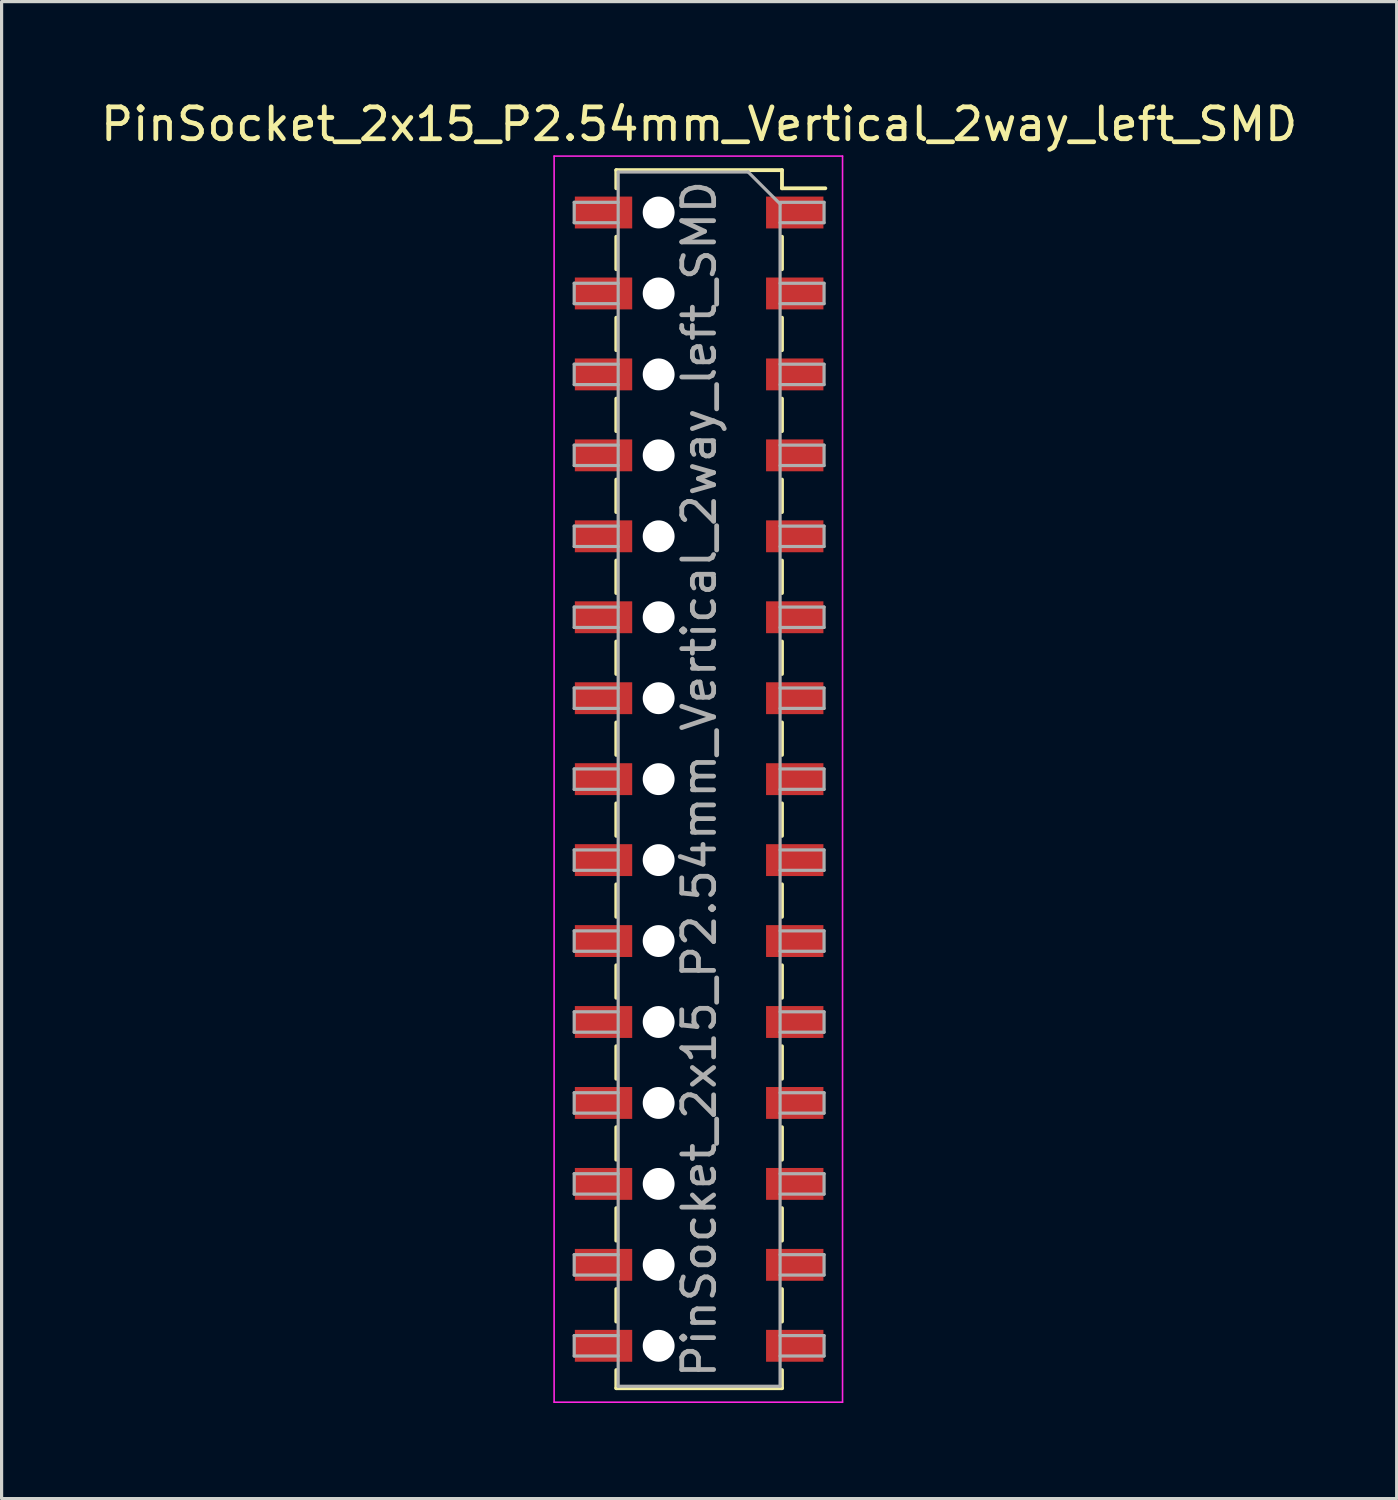
<source format=kicad_pcb>
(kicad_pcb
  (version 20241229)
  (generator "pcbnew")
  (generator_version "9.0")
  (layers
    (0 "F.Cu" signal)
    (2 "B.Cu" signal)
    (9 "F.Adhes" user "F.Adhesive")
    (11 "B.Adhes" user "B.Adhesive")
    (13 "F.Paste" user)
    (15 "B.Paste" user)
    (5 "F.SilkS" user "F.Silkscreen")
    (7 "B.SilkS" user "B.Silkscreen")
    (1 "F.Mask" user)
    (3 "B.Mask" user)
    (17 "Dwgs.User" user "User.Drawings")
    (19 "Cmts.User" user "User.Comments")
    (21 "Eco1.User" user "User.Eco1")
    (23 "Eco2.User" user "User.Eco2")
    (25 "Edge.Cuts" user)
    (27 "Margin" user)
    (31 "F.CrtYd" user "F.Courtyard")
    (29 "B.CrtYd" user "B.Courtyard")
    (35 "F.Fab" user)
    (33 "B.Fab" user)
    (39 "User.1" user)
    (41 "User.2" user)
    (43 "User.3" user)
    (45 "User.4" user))
  (footprint "PinSocket_2x15_P2.54mm_Vertical_2way_left_SMD"
    (layer "F.Cu")
    (at 18.887 21.398)
    (property "Reference" "PinSocket_2x15_P2.54mm_Vertical_2way_left_SMD" (at 0 -20.55 0) (layer "F.SilkS") (effects (font (size 1 1) (thickness 0.15))))
    (attr smd)
    (fp_line (start -2.6 -19.11) (end -2.6 -18.54) (stroke (width 0.12) (type solid)) (layer "F.SilkS"))
    (fp_line (start -2.6 -19.11) (end 2.6 -19.11) (stroke (width 0.12) (type solid)) (layer "F.SilkS"))
    (fp_line (start -2.6 -17.02) (end -2.6 -16) (stroke (width 0.12) (type solid)) (layer "F.SilkS"))
    (fp_line (start -2.6 -14.48) (end -2.6 -13.46) (stroke (width 0.12) (type solid)) (layer "F.SilkS"))
    (fp_line (start -2.6 -11.94) (end -2.6 -10.92) (stroke (width 0.12) (type solid)) (layer "F.SilkS"))
    (fp_line (start -2.6 -9.4) (end -2.6 -8.38) (stroke (width 0.12) (type solid)) (layer "F.SilkS"))
    (fp_line (start -2.6 -6.86) (end -2.6 -5.84) (stroke (width 0.12) (type solid)) (layer "F.SilkS"))
    (fp_line (start -2.6 -4.32) (end -2.6 -3.3) (stroke (width 0.12) (type solid)) (layer "F.SilkS"))
    (fp_line (start -2.6 -1.78) (end -2.6 -0.76) (stroke (width 0.12) (type solid)) (layer "F.SilkS"))
    (fp_line (start -2.6 0.76) (end -2.6 1.78) (stroke (width 0.12) (type solid)) (layer "F.SilkS"))
    (fp_line (start -2.6 3.3) (end -2.6 4.32) (stroke (width 0.12) (type solid)) (layer "F.SilkS"))
    (fp_line (start -2.6 5.84) (end -2.6 6.86) (stroke (width 0.12) (type solid)) (layer "F.SilkS"))
    (fp_line (start -2.6 8.38) (end -2.6 9.4) (stroke (width 0.12) (type solid)) (layer "F.SilkS"))
    (fp_line (start -2.6 10.92) (end -2.6 11.94) (stroke (width 0.12) (type solid)) (layer "F.SilkS"))
    (fp_line (start -2.6 13.46) (end -2.6 14.48) (stroke (width 0.12) (type solid)) (layer "F.SilkS"))
    (fp_line (start -2.6 16) (end -2.6 17.02) (stroke (width 0.12) (type solid)) (layer "F.SilkS"))
    (fp_line (start -2.6 18.54) (end -2.6 19.11) (stroke (width 0.12) (type solid)) (layer "F.SilkS"))
    (fp_line (start -2.6 19.11) (end 2.6 19.11) (stroke (width 0.12) (type solid)) (layer "F.SilkS"))
    (fp_line (start 2.6 -19.11) (end 2.6 -18.54) (stroke (width 0.12) (type solid)) (layer "F.SilkS"))
    (fp_line (start 2.6 -18.54) (end 3.96 -18.54) (stroke (width 0.12) (type solid)) (layer "F.SilkS"))
    (fp_line (start 2.6 -17.02) (end 2.6 -16) (stroke (width 0.12) (type solid)) (layer "F.SilkS"))
    (fp_line (start 2.6 -14.48) (end 2.6 -13.46) (stroke (width 0.12) (type solid)) (layer "F.SilkS"))
    (fp_line (start 2.6 -11.94) (end 2.6 -10.92) (stroke (width 0.12) (type solid)) (layer "F.SilkS"))
    (fp_line (start 2.6 -9.4) (end 2.6 -8.38) (stroke (width 0.12) (type solid)) (layer "F.SilkS"))
    (fp_line (start 2.6 -6.86) (end 2.6 -5.84) (stroke (width 0.12) (type solid)) (layer "F.SilkS"))
    (fp_line (start 2.6 -4.32) (end 2.6 -3.3) (stroke (width 0.12) (type solid)) (layer "F.SilkS"))
    (fp_line (start 2.6 -1.78) (end 2.6 -0.76) (stroke (width 0.12) (type solid)) (layer "F.SilkS"))
    (fp_line (start 2.6 0.76) (end 2.6 1.78) (stroke (width 0.12) (type solid)) (layer "F.SilkS"))
    (fp_line (start 2.6 3.3) (end 2.6 4.32) (stroke (width 0.12) (type solid)) (layer "F.SilkS"))
    (fp_line (start 2.6 5.84) (end 2.6 6.86) (stroke (width 0.12) (type solid)) (layer "F.SilkS"))
    (fp_line (start 2.6 8.38) (end 2.6 9.4) (stroke (width 0.12) (type solid)) (layer "F.SilkS"))
    (fp_line (start 2.6 10.92) (end 2.6 11.94) (stroke (width 0.12) (type solid)) (layer "F.SilkS"))
    (fp_line (start 2.6 13.46) (end 2.6 14.48) (stroke (width 0.12) (type solid)) (layer "F.SilkS"))
    (fp_line (start 2.6 16) (end 2.6 17.02) (stroke (width 0.12) (type solid)) (layer "F.SilkS"))
    (fp_line (start 2.6 18.54) (end 2.6 19.11) (stroke (width 0.12) (type solid)) (layer "F.SilkS"))
    (fp_line (start -4.55 -19.55) (end 4.5 -19.55) (stroke (width 0.05) (type solid)) (layer "F.CrtYd"))
    (fp_line (start -4.55 19.55) (end -4.55 -19.55) (stroke (width 0.05) (type solid)) (layer "F.CrtYd"))
    (fp_line (start 4.5 -19.55) (end 4.5 19.55) (stroke (width 0.05) (type solid)) (layer "F.CrtYd"))
    (fp_line (start 4.5 19.55) (end -4.55 19.55) (stroke (width 0.05) (type solid)) (layer "F.CrtYd"))
    (fp_line (start -3.92 -18.1) (end -2.54 -18.1) (stroke (width 0.1) (type solid)) (layer "F.Fab"))
    (fp_line (start -3.92 -17.46) (end -3.92 -18.1) (stroke (width 0.1) (type solid)) (layer "F.Fab"))
    (fp_line (start -3.92 -15.56) (end -2.54 -15.56) (stroke (width 0.1) (type solid)) (layer "F.Fab"))
    (fp_line (start -3.92 -14.92) (end -3.92 -15.56) (stroke (width 0.1) (type solid)) (layer "F.Fab"))
    (fp_line (start -3.92 -13.02) (end -2.54 -13.02) (stroke (width 0.1) (type solid)) (layer "F.Fab"))
    (fp_line (start -3.92 -12.38) (end -3.92 -13.02) (stroke (width 0.1) (type solid)) (layer "F.Fab"))
    (fp_line (start -3.92 -10.48) (end -2.54 -10.48) (stroke (width 0.1) (type solid)) (layer "F.Fab"))
    (fp_line (start -3.92 -9.84) (end -3.92 -10.48) (stroke (width 0.1) (type solid)) (layer "F.Fab"))
    (fp_line (start -3.92 -7.94) (end -2.54 -7.94) (stroke (width 0.1) (type solid)) (layer "F.Fab"))
    (fp_line (start -3.92 -7.3) (end -3.92 -7.94) (stroke (width 0.1) (type solid)) (layer "F.Fab"))
    (fp_line (start -3.92 -5.4) (end -2.54 -5.4) (stroke (width 0.1) (type solid)) (layer "F.Fab"))
    (fp_line (start -3.92 -4.76) (end -3.92 -5.4) (stroke (width 0.1) (type solid)) (layer "F.Fab"))
    (fp_line (start -3.92 -2.86) (end -2.54 -2.86) (stroke (width 0.1) (type solid)) (layer "F.Fab"))
    (fp_line (start -3.92 -2.22) (end -3.92 -2.86) (stroke (width 0.1) (type solid)) (layer "F.Fab"))
    (fp_line (start -3.92 -0.32) (end -2.54 -0.32) (stroke (width 0.1) (type solid)) (layer "F.Fab"))
    (fp_line (start -3.92 0.32) (end -3.92 -0.32) (stroke (width 0.1) (type solid)) (layer "F.Fab"))
    (fp_line (start -3.92 2.22) (end -2.54 2.22) (stroke (width 0.1) (type solid)) (layer "F.Fab"))
    (fp_line (start -3.92 2.86) (end -3.92 2.22) (stroke (width 0.1) (type solid)) (layer "F.Fab"))
    (fp_line (start -3.92 4.76) (end -2.54 4.76) (stroke (width 0.1) (type solid)) (layer "F.Fab"))
    (fp_line (start -3.92 5.4) (end -3.92 4.76) (stroke (width 0.1) (type solid)) (layer "F.Fab"))
    (fp_line (start -3.92 7.3) (end -2.54 7.3) (stroke (width 0.1) (type solid)) (layer "F.Fab"))
    (fp_line (start -3.92 7.94) (end -3.92 7.3) (stroke (width 0.1) (type solid)) (layer "F.Fab"))
    (fp_line (start -3.92 9.84) (end -2.54 9.84) (stroke (width 0.1) (type solid)) (layer "F.Fab"))
    (fp_line (start -3.92 10.48) (end -3.92 9.84) (stroke (width 0.1) (type solid)) (layer "F.Fab"))
    (fp_line (start -3.92 12.38) (end -2.54 12.38) (stroke (width 0.1) (type solid)) (layer "F.Fab"))
    (fp_line (start -3.92 13.02) (end -3.92 12.38) (stroke (width 0.1) (type solid)) (layer "F.Fab"))
    (fp_line (start -3.92 14.92) (end -2.54 14.92) (stroke (width 0.1) (type solid)) (layer "F.Fab"))
    (fp_line (start -3.92 15.56) (end -3.92 14.92) (stroke (width 0.1) (type solid)) (layer "F.Fab"))
    (fp_line (start -3.92 17.46) (end -2.54 17.46) (stroke (width 0.1) (type solid)) (layer "F.Fab"))
    (fp_line (start -3.92 18.1) (end -3.92 17.46) (stroke (width 0.1) (type solid)) (layer "F.Fab"))
    (fp_line (start -2.54 -19.05) (end 1.54 -19.05) (stroke (width 0.1) (type solid)) (layer "F.Fab"))
    (fp_line (start -2.54 -17.46) (end -3.92 -17.46) (stroke (width 0.1) (type solid)) (layer "F.Fab"))
    (fp_line (start -2.54 -14.92) (end -3.92 -14.92) (stroke (width 0.1) (type solid)) (layer "F.Fab"))
    (fp_line (start -2.54 -12.38) (end -3.92 -12.38) (stroke (width 0.1) (type solid)) (layer "F.Fab"))
    (fp_line (start -2.54 -9.84) (end -3.92 -9.84) (stroke (width 0.1) (type solid)) (layer "F.Fab"))
    (fp_line (start -2.54 -7.3) (end -3.92 -7.3) (stroke (width 0.1) (type solid)) (layer "F.Fab"))
    (fp_line (start -2.54 -4.76) (end -3.92 -4.76) (stroke (width 0.1) (type solid)) (layer "F.Fab"))
    (fp_line (start -2.54 -2.22) (end -3.92 -2.22) (stroke (width 0.1) (type solid)) (layer "F.Fab"))
    (fp_line (start -2.54 0.32) (end -3.92 0.32) (stroke (width 0.1) (type solid)) (layer "F.Fab"))
    (fp_line (start -2.54 2.86) (end -3.92 2.86) (stroke (width 0.1) (type solid)) (layer "F.Fab"))
    (fp_line (start -2.54 5.4) (end -3.92 5.4) (stroke (width 0.1) (type solid)) (layer "F.Fab"))
    (fp_line (start -2.54 7.94) (end -3.92 7.94) (stroke (width 0.1) (type solid)) (layer "F.Fab"))
    (fp_line (start -2.54 10.48) (end -3.92 10.48) (stroke (width 0.1) (type solid)) (layer "F.Fab"))
    (fp_line (start -2.54 13.02) (end -3.92 13.02) (stroke (width 0.1) (type solid)) (layer "F.Fab"))
    (fp_line (start -2.54 15.56) (end -3.92 15.56) (stroke (width 0.1) (type solid)) (layer "F.Fab"))
    (fp_line (start -2.54 18.1) (end -3.92 18.1) (stroke (width 0.1) (type solid)) (layer "F.Fab"))
    (fp_line (start -2.54 19.05) (end -2.54 -19.05) (stroke (width 0.1) (type solid)) (layer "F.Fab"))
    (fp_line (start 1.54 -19.05) (end 2.54 -18.05) (stroke (width 0.1) (type solid)) (layer "F.Fab"))
    (fp_line (start 2.54 -18.1) (end 3.92 -18.1) (stroke (width 0.1) (type solid)) (layer "F.Fab"))
    (fp_line (start 2.54 -18.05) (end 2.54 19.05) (stroke (width 0.1) (type solid)) (layer "F.Fab"))
    (fp_line (start 2.54 -15.56) (end 3.92 -15.56) (stroke (width 0.1) (type solid)) (layer "F.Fab"))
    (fp_line (start 2.54 -13.02) (end 3.92 -13.02) (stroke (width 0.1) (type solid)) (layer "F.Fab"))
    (fp_line (start 2.54 -10.48) (end 3.92 -10.48) (stroke (width 0.1) (type solid)) (layer "F.Fab"))
    (fp_line (start 2.54 -7.94) (end 3.92 -7.94) (stroke (width 0.1) (type solid)) (layer "F.Fab"))
    (fp_line (start 2.54 -5.4) (end 3.92 -5.4) (stroke (width 0.1) (type solid)) (layer "F.Fab"))
    (fp_line (start 2.54 -2.86) (end 3.92 -2.86) (stroke (width 0.1) (type solid)) (layer "F.Fab"))
    (fp_line (start 2.54 -0.32) (end 3.92 -0.32) (stroke (width 0.1) (type solid)) (layer "F.Fab"))
    (fp_line (start 2.54 2.22) (end 3.92 2.22) (stroke (width 0.1) (type solid)) (layer "F.Fab"))
    (fp_line (start 2.54 4.76) (end 3.92 4.76) (stroke (width 0.1) (type solid)) (layer "F.Fab"))
    (fp_line (start 2.54 7.3) (end 3.92 7.3) (stroke (width 0.1) (type solid)) (layer "F.Fab"))
    (fp_line (start 2.54 9.84) (end 3.92 9.84) (stroke (width 0.1) (type solid)) (layer "F.Fab"))
    (fp_line (start 2.54 12.38) (end 3.92 12.38) (stroke (width 0.1) (type solid)) (layer "F.Fab"))
    (fp_line (start 2.54 14.92) (end 3.92 14.92) (stroke (width 0.1) (type solid)) (layer "F.Fab"))
    (fp_line (start 2.54 17.46) (end 3.92 17.46) (stroke (width 0.1) (type solid)) (layer "F.Fab"))
    (fp_line (start 2.54 19.05) (end -2.54 19.05) (stroke (width 0.1) (type solid)) (layer "F.Fab"))
    (fp_line (start 3.92 -18.1) (end 3.92 -17.46) (stroke (width 0.1) (type solid)) (layer "F.Fab"))
    (fp_line (start 3.92 -17.46) (end 2.54 -17.46) (stroke (width 0.1) (type solid)) (layer "F.Fab"))
    (fp_line (start 3.92 -15.56) (end 3.92 -14.92) (stroke (width 0.1) (type solid)) (layer "F.Fab"))
    (fp_line (start 3.92 -14.92) (end 2.54 -14.92) (stroke (width 0.1) (type solid)) (layer "F.Fab"))
    (fp_line (start 3.92 -13.02) (end 3.92 -12.38) (stroke (width 0.1) (type solid)) (layer "F.Fab"))
    (fp_line (start 3.92 -12.38) (end 2.54 -12.38) (stroke (width 0.1) (type solid)) (layer "F.Fab"))
    (fp_line (start 3.92 -10.48) (end 3.92 -9.84) (stroke (width 0.1) (type solid)) (layer "F.Fab"))
    (fp_line (start 3.92 -9.84) (end 2.54 -9.84) (stroke (width 0.1) (type solid)) (layer "F.Fab"))
    (fp_line (start 3.92 -7.94) (end 3.92 -7.3) (stroke (width 0.1) (type solid)) (layer "F.Fab"))
    (fp_line (start 3.92 -7.3) (end 2.54 -7.3) (stroke (width 0.1) (type solid)) (layer "F.Fab"))
    (fp_line (start 3.92 -5.4) (end 3.92 -4.76) (stroke (width 0.1) (type solid)) (layer "F.Fab"))
    (fp_line (start 3.92 -4.76) (end 2.54 -4.76) (stroke (width 0.1) (type solid)) (layer "F.Fab"))
    (fp_line (start 3.92 -2.86) (end 3.92 -2.22) (stroke (width 0.1) (type solid)) (layer "F.Fab"))
    (fp_line (start 3.92 -2.22) (end 2.54 -2.22) (stroke (width 0.1) (type solid)) (layer "F.Fab"))
    (fp_line (start 3.92 -0.32) (end 3.92 0.32) (stroke (width 0.1) (type solid)) (layer "F.Fab"))
    (fp_line (start 3.92 0.32) (end 2.54 0.32) (stroke (width 0.1) (type solid)) (layer "F.Fab"))
    (fp_line (start 3.92 2.22) (end 3.92 2.86) (stroke (width 0.1) (type solid)) (layer "F.Fab"))
    (fp_line (start 3.92 2.86) (end 2.54 2.86) (stroke (width 0.1) (type solid)) (layer "F.Fab"))
    (fp_line (start 3.92 4.76) (end 3.92 5.4) (stroke (width 0.1) (type solid)) (layer "F.Fab"))
    (fp_line (start 3.92 5.4) (end 2.54 5.4) (stroke (width 0.1) (type solid)) (layer "F.Fab"))
    (fp_line (start 3.92 7.3) (end 3.92 7.94) (stroke (width 0.1) (type solid)) (layer "F.Fab"))
    (fp_line (start 3.92 7.94) (end 2.54 7.94) (stroke (width 0.1) (type solid)) (layer "F.Fab"))
    (fp_line (start 3.92 9.84) (end 3.92 10.48) (stroke (width 0.1) (type solid)) (layer "F.Fab"))
    (fp_line (start 3.92 10.48) (end 2.54 10.48) (stroke (width 0.1) (type solid)) (layer "F.Fab"))
    (fp_line (start 3.92 12.38) (end 3.92 13.02) (stroke (width 0.1) (type solid)) (layer "F.Fab"))
    (fp_line (start 3.92 13.02) (end 2.54 13.02) (stroke (width 0.1) (type solid)) (layer "F.Fab"))
    (fp_line (start 3.92 14.92) (end 3.92 15.56) (stroke (width 0.1) (type solid)) (layer "F.Fab"))
    (fp_line (start 3.92 15.56) (end 2.54 15.56) (stroke (width 0.1) (type solid)) (layer "F.Fab"))
    (fp_line (start 3.92 17.46) (end 3.92 18.1) (stroke (width 0.1) (type solid)) (layer "F.Fab"))
    (fp_line (start 3.92 18.1) (end 2.54 18.1) (stroke (width 0.1) (type solid)) (layer "F.Fab"))
    (fp_text user "${REFERENCE}" (at 0 0 90) (layer "F.Fab") (effects (font (size 1 1) (thickness 0.15))))
    (pad "" np_thru_hole circle (at -1.27 -17.78) (size 1 1) (drill 1) (layers "*.Cu" "*.Mask"))
    (pad "" np_thru_hole circle (at -1.27 -15.24) (size 1 1) (drill 1) (layers "*.Cu" "*.Mask"))
    (pad "" np_thru_hole circle (at -1.27 -12.7) (size 1 1) (drill 1) (layers "*.Cu" "*.Mask"))
    (pad "" np_thru_hole circle (at -1.27 -10.16) (size 1 1) (drill 1) (layers "*.Cu" "*.Mask"))
    (pad "" np_thru_hole circle (at -1.27 -7.62) (size 1 1) (drill 1) (layers "*.Cu" "*.Mask"))
    (pad "" np_thru_hole circle (at -1.27 -5.08) (size 1 1) (drill 1) (layers "*.Cu" "*.Mask"))
    (pad "" np_thru_hole circle (at -1.27 -2.54) (size 1 1) (drill 1) (layers "*.Cu" "*.Mask"))
    (pad "" np_thru_hole circle (at -1.27 0) (size 1 1) (drill 1) (layers "*.Cu" "*.Mask"))
    (pad "" np_thru_hole circle (at -1.27 2.54) (size 1 1) (drill 1) (layers "*.Cu" "*.Mask"))
    (pad "" np_thru_hole circle (at -1.27 5.08) (size 1 1) (drill 1) (layers "*.Cu" "*.Mask"))
    (pad "" np_thru_hole circle (at -1.27 7.62) (size 1 1) (drill 1) (layers "*.Cu" "*.Mask"))
    (pad "" np_thru_hole circle (at -1.27 10.16) (size 1 1) (drill 1) (layers "*.Cu" "*.Mask"))
    (pad "" np_thru_hole circle (at -1.27 12.7) (size 1 1) (drill 1) (layers "*.Cu" "*.Mask"))
    (pad "" np_thru_hole circle (at -1.27 15.24) (size 1 1) (drill 1) (layers "*.Cu" "*.Mask"))
    (pad "" np_thru_hole circle (at -1.27 17.78) (size 1 1) (drill 1) (layers "*.Cu" "*.Mask"))
    (pad "1" smd rect (at 3 -17.78) (size 1.8 1) (layers "F.Cu" "F.Mask" "F.Paste"))
    (pad "2" smd rect (at -3 -17.78) (size 1.8 1) (layers "F.Cu" "F.Mask" "F.Paste"))
    (pad "3" smd rect (at 3 -15.24) (size 1.8 1) (layers "F.Cu" "F.Mask" "F.Paste"))
    (pad "4" smd rect (at -3 -15.24) (size 1.8 1) (layers "F.Cu" "F.Mask" "F.Paste"))
    (pad "5" smd rect (at 3 -12.7) (size 1.8 1) (layers "F.Cu" "F.Mask" "F.Paste"))
    (pad "6" smd rect (at -3 -12.7) (size 1.8 1) (layers "F.Cu" "F.Mask" "F.Paste"))
    (pad "7" smd rect (at 3 -10.16) (size 1.8 1) (layers "F.Cu" "F.Mask" "F.Paste"))
    (pad "8" smd rect (at -3 -10.16) (size 1.8 1) (layers "F.Cu" "F.Mask" "F.Paste"))
    (pad "9" smd rect (at 3 -7.62) (size 1.8 1) (layers "F.Cu" "F.Mask" "F.Paste"))
    (pad "10" smd rect (at -3 -7.62) (size 1.8 1) (layers "F.Cu" "F.Mask" "F.Paste"))
    (pad "11" smd rect (at 3 -5.08) (size 1.8 1) (layers "F.Cu" "F.Mask" "F.Paste"))
    (pad "12" smd rect (at -3 -5.08) (size 1.8 1) (layers "F.Cu" "F.Mask" "F.Paste"))
    (pad "13" smd rect (at 3 -2.54) (size 1.8 1) (layers "F.Cu" "F.Mask" "F.Paste"))
    (pad "14" smd rect (at -3 -2.54) (size 1.8 1) (layers "F.Cu" "F.Mask" "F.Paste"))
    (pad "15" smd rect (at 3 0) (size 1.8 1) (layers "F.Cu" "F.Mask" "F.Paste"))
    (pad "16" smd rect (at -3 0) (size 1.8 1) (layers "F.Cu" "F.Mask" "F.Paste"))
    (pad "17" smd rect (at 3 2.54) (size 1.8 1) (layers "F.Cu" "F.Mask" "F.Paste"))
    (pad "18" smd rect (at -3 2.54) (size 1.8 1) (layers "F.Cu" "F.Mask" "F.Paste"))
    (pad "19" smd rect (at 3 5.08) (size 1.8 1) (layers "F.Cu" "F.Mask" "F.Paste"))
    (pad "20" smd rect (at -3 5.08) (size 1.8 1) (layers "F.Cu" "F.Mask" "F.Paste"))
    (pad "21" smd rect (at 3 7.62) (size 1.8 1) (layers "F.Cu" "F.Mask" "F.Paste"))
    (pad "22" smd rect (at -3 7.62) (size 1.8 1) (layers "F.Cu" "F.Mask" "F.Paste"))
    (pad "23" smd rect (at 3 10.16) (size 1.8 1) (layers "F.Cu" "F.Mask" "F.Paste"))
    (pad "24" smd rect (at -3 10.16) (size 1.8 1) (layers "F.Cu" "F.Mask" "F.Paste"))
    (pad "25" smd rect (at 3 12.7) (size 1.8 1) (layers "F.Cu" "F.Mask" "F.Paste"))
    (pad "26" smd rect (at -3 12.7) (size 1.8 1) (layers "F.Cu" "F.Mask" "F.Paste"))
    (pad "27" smd rect (at 3 15.24) (size 1.8 1) (layers "F.Cu" "F.Mask" "F.Paste"))
    (pad "28" smd rect (at -3 15.24) (size 1.8 1) (layers "F.Cu" "F.Mask" "F.Paste"))
    (pad "29" smd rect (at 3 17.78) (size 1.8 1) (layers "F.Cu" "F.Mask" "F.Paste"))
    (pad "30" smd rect (at -3 17.78) (size 1.8 1) (layers "F.Cu" "F.Mask" "F.Paste")))
  (gr_rect
    (start -3 -3)
    (end 40.774 43.973)
    (stroke (width 0.1) (type default))
    (fill no)
    (layer "Edge.Cuts")))
</source>
